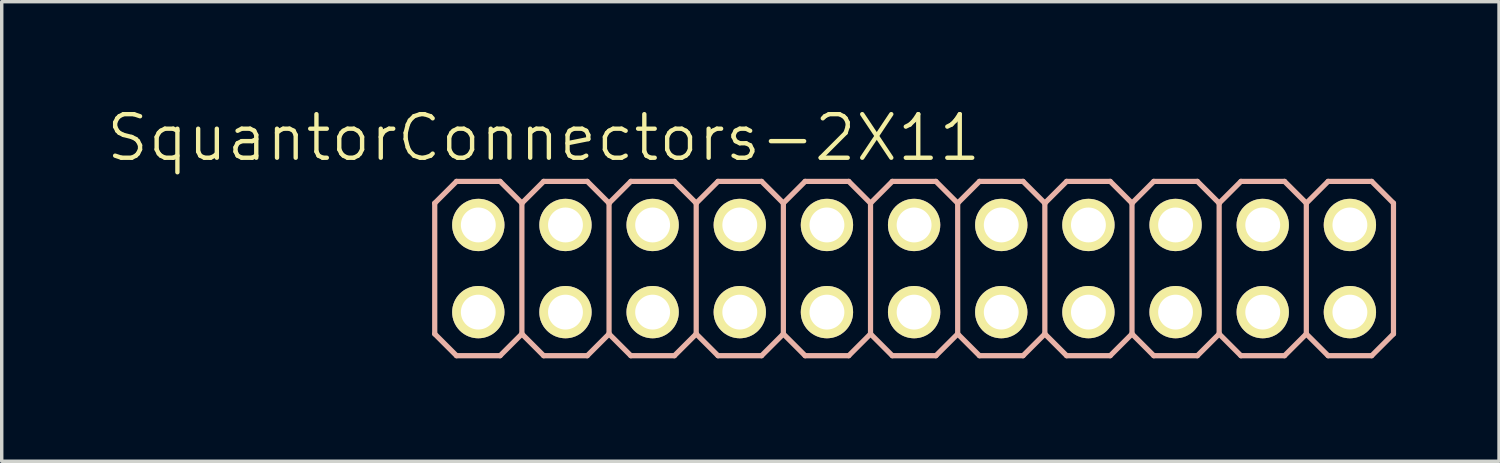
<source format=kicad_pcb>
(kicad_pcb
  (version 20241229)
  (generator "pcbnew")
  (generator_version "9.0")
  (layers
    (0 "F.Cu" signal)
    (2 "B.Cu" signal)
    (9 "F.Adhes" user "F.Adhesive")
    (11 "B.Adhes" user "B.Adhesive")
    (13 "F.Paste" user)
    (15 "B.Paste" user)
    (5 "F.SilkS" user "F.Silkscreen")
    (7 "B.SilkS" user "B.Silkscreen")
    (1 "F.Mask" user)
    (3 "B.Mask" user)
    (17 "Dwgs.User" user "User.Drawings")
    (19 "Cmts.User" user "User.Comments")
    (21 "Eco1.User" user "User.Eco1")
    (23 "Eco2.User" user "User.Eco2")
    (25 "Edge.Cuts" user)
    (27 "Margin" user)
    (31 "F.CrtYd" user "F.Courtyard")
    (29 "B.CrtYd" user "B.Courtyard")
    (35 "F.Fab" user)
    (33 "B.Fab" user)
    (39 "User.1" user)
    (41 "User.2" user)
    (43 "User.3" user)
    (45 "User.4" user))
  (footprint "SquantorConnectors-2X11"
    (layer "F.Cu")
    (at 23.589 4.776)
    (property "Reference" "SquantorConnectors-2X11" (at -10.795 -3.81 0) (layer "F.SilkS") (effects (font (size 1.27 1.27) (thickness 0.127))))
    (attr exclude_from_pos_files exclude_from_bom)
    (fp_line (start -12.954 -1.524) (end -12.446 -1.524) (stroke (width 0.066) (type solid)) (layer "F.SilkS"))
    (fp_line (start -12.954 -1.016) (end -12.954 -1.524) (stroke (width 0.066) (type solid)) (layer "F.SilkS"))
    (fp_line (start -12.954 -1.016) (end -12.446 -1.016) (stroke (width 0.066) (type solid)) (layer "F.SilkS"))
    (fp_line (start -12.954 1.016) (end -12.446 1.016) (stroke (width 0.066) (type solid)) (layer "F.SilkS"))
    (fp_line (start -12.954 1.524) (end -12.954 1.016) (stroke (width 0.066) (type solid)) (layer "F.SilkS"))
    (fp_line (start -12.954 1.524) (end -12.446 1.524) (stroke (width 0.066) (type solid)) (layer "F.SilkS"))
    (fp_line (start -12.446 -1.016) (end -12.446 -1.524) (stroke (width 0.066) (type solid)) (layer "F.SilkS"))
    (fp_line (start -12.446 1.524) (end -12.446 1.016) (stroke (width 0.066) (type solid)) (layer "F.SilkS"))
    (fp_line (start -10.414 -1.524) (end -9.906 -1.524) (stroke (width 0.066) (type solid)) (layer "F.SilkS"))
    (fp_line (start -10.414 -1.016) (end -10.414 -1.524) (stroke (width 0.066) (type solid)) (layer "F.SilkS"))
    (fp_line (start -10.414 -1.016) (end -9.906 -1.016) (stroke (width 0.066) (type solid)) (layer "F.SilkS"))
    (fp_line (start -10.414 1.016) (end -9.906 1.016) (stroke (width 0.066) (type solid)) (layer "F.SilkS"))
    (fp_line (start -10.414 1.524) (end -10.414 1.016) (stroke (width 0.066) (type solid)) (layer "F.SilkS"))
    (fp_line (start -10.414 1.524) (end -9.906 1.524) (stroke (width 0.066) (type solid)) (layer "F.SilkS"))
    (fp_line (start -9.906 -1.016) (end -9.906 -1.524) (stroke (width 0.066) (type solid)) (layer "F.SilkS"))
    (fp_line (start -9.906 1.524) (end -9.906 1.016) (stroke (width 0.066) (type solid)) (layer "F.SilkS"))
    (fp_line (start -7.874 -1.524) (end -7.366 -1.524) (stroke (width 0.066) (type solid)) (layer "F.SilkS"))
    (fp_line (start -7.874 -1.016) (end -7.874 -1.524) (stroke (width 0.066) (type solid)) (layer "F.SilkS"))
    (fp_line (start -7.874 -1.016) (end -7.366 -1.016) (stroke (width 0.066) (type solid)) (layer "F.SilkS"))
    (fp_line (start -7.874 1.016) (end -7.366 1.016) (stroke (width 0.066) (type solid)) (layer "F.SilkS"))
    (fp_line (start -7.874 1.524) (end -7.874 1.016) (stroke (width 0.066) (type solid)) (layer "F.SilkS"))
    (fp_line (start -7.874 1.524) (end -7.366 1.524) (stroke (width 0.066) (type solid)) (layer "F.SilkS"))
    (fp_line (start -7.366 -1.016) (end -7.366 -1.524) (stroke (width 0.066) (type solid)) (layer "F.SilkS"))
    (fp_line (start -7.366 1.524) (end -7.366 1.016) (stroke (width 0.066) (type solid)) (layer "F.SilkS"))
    (fp_line (start -5.334 -1.524) (end -4.826 -1.524) (stroke (width 0.066) (type solid)) (layer "F.SilkS"))
    (fp_line (start -5.334 -1.016) (end -5.334 -1.524) (stroke (width 0.066) (type solid)) (layer "F.SilkS"))
    (fp_line (start -5.334 -1.016) (end -4.826 -1.016) (stroke (width 0.066) (type solid)) (layer "F.SilkS"))
    (fp_line (start -5.334 1.016) (end -4.826 1.016) (stroke (width 0.066) (type solid)) (layer "F.SilkS"))
    (fp_line (start -5.334 1.524) (end -5.334 1.016) (stroke (width 0.066) (type solid)) (layer "F.SilkS"))
    (fp_line (start -5.334 1.524) (end -4.826 1.524) (stroke (width 0.066) (type solid)) (layer "F.SilkS"))
    (fp_line (start -4.826 -1.016) (end -4.826 -1.524) (stroke (width 0.066) (type solid)) (layer "F.SilkS"))
    (fp_line (start -4.826 1.524) (end -4.826 1.016) (stroke (width 0.066) (type solid)) (layer "F.SilkS"))
    (fp_line (start -2.794 -1.524) (end -2.286 -1.524) (stroke (width 0.066) (type solid)) (layer "F.SilkS"))
    (fp_line (start -2.794 -1.016) (end -2.794 -1.524) (stroke (width 0.066) (type solid)) (layer "F.SilkS"))
    (fp_line (start -2.794 -1.016) (end -2.286 -1.016) (stroke (width 0.066) (type solid)) (layer "F.SilkS"))
    (fp_line (start -2.794 1.016) (end -2.286 1.016) (stroke (width 0.066) (type solid)) (layer "F.SilkS"))
    (fp_line (start -2.794 1.524) (end -2.794 1.016) (stroke (width 0.066) (type solid)) (layer "F.SilkS"))
    (fp_line (start -2.794 1.524) (end -2.286 1.524) (stroke (width 0.066) (type solid)) (layer "F.SilkS"))
    (fp_line (start -2.286 -1.016) (end -2.286 -1.524) (stroke (width 0.066) (type solid)) (layer "F.SilkS"))
    (fp_line (start -2.286 1.524) (end -2.286 1.016) (stroke (width 0.066) (type solid)) (layer "F.SilkS"))
    (fp_line (start -0.254 -1.524) (end 0.254 -1.524) (stroke (width 0.066) (type solid)) (layer "F.SilkS"))
    (fp_line (start -0.254 -1.016) (end -0.254 -1.524) (stroke (width 0.066) (type solid)) (layer "F.SilkS"))
    (fp_line (start -0.254 -1.016) (end 0.254 -1.016) (stroke (width 0.066) (type solid)) (layer "F.SilkS"))
    (fp_line (start -0.254 1.016) (end 0.254 1.016) (stroke (width 0.066) (type solid)) (layer "F.SilkS"))
    (fp_line (start -0.254 1.524) (end -0.254 1.016) (stroke (width 0.066) (type solid)) (layer "F.SilkS"))
    (fp_line (start -0.254 1.524) (end 0.254 1.524) (stroke (width 0.066) (type solid)) (layer "F.SilkS"))
    (fp_line (start 0.254 -1.016) (end 0.254 -1.524) (stroke (width 0.066) (type solid)) (layer "F.SilkS"))
    (fp_line (start 0.254 1.524) (end 0.254 1.016) (stroke (width 0.066) (type solid)) (layer "F.SilkS"))
    (fp_line (start 2.286 -1.524) (end 2.794 -1.524) (stroke (width 0.066) (type solid)) (layer "F.SilkS"))
    (fp_line (start 2.286 -1.016) (end 2.286 -1.524) (stroke (width 0.066) (type solid)) (layer "F.SilkS"))
    (fp_line (start 2.286 -1.016) (end 2.794 -1.016) (stroke (width 0.066) (type solid)) (layer "F.SilkS"))
    (fp_line (start 2.286 1.016) (end 2.794 1.016) (stroke (width 0.066) (type solid)) (layer "F.SilkS"))
    (fp_line (start 2.286 1.524) (end 2.286 1.016) (stroke (width 0.066) (type solid)) (layer "F.SilkS"))
    (fp_line (start 2.286 1.524) (end 2.794 1.524) (stroke (width 0.066) (type solid)) (layer "F.SilkS"))
    (fp_line (start 2.794 -1.016) (end 2.794 -1.524) (stroke (width 0.066) (type solid)) (layer "F.SilkS"))
    (fp_line (start 2.794 1.524) (end 2.794 1.016) (stroke (width 0.066) (type solid)) (layer "F.SilkS"))
    (fp_line (start 4.826 -1.524) (end 5.334 -1.524) (stroke (width 0.066) (type solid)) (layer "F.SilkS"))
    (fp_line (start 4.826 -1.016) (end 4.826 -1.524) (stroke (width 0.066) (type solid)) (layer "F.SilkS"))
    (fp_line (start 4.826 -1.016) (end 5.334 -1.016) (stroke (width 0.066) (type solid)) (layer "F.SilkS"))
    (fp_line (start 4.826 1.016) (end 5.334 1.016) (stroke (width 0.066) (type solid)) (layer "F.SilkS"))
    (fp_line (start 4.826 1.524) (end 4.826 1.016) (stroke (width 0.066) (type solid)) (layer "F.SilkS"))
    (fp_line (start 4.826 1.524) (end 5.334 1.524) (stroke (width 0.066) (type solid)) (layer "F.SilkS"))
    (fp_line (start 5.334 -1.016) (end 5.334 -1.524) (stroke (width 0.066) (type solid)) (layer "F.SilkS"))
    (fp_line (start 5.334 1.524) (end 5.334 1.016) (stroke (width 0.066) (type solid)) (layer "F.SilkS"))
    (fp_line (start 7.366 -1.524) (end 7.874 -1.524) (stroke (width 0.066) (type solid)) (layer "F.SilkS"))
    (fp_line (start 7.366 -1.016) (end 7.366 -1.524) (stroke (width 0.066) (type solid)) (layer "F.SilkS"))
    (fp_line (start 7.366 -1.016) (end 7.874 -1.016) (stroke (width 0.066) (type solid)) (layer "F.SilkS"))
    (fp_line (start 7.366 1.016) (end 7.874 1.016) (stroke (width 0.066) (type solid)) (layer "F.SilkS"))
    (fp_line (start 7.366 1.524) (end 7.366 1.016) (stroke (width 0.066) (type solid)) (layer "F.SilkS"))
    (fp_line (start 7.366 1.524) (end 7.874 1.524) (stroke (width 0.066) (type solid)) (layer "F.SilkS"))
    (fp_line (start 7.874 -1.016) (end 7.874 -1.524) (stroke (width 0.066) (type solid)) (layer "F.SilkS"))
    (fp_line (start 7.874 1.524) (end 7.874 1.016) (stroke (width 0.066) (type solid)) (layer "F.SilkS"))
    (fp_line (start 9.906 -1.524) (end 10.414 -1.524) (stroke (width 0.066) (type solid)) (layer "F.SilkS"))
    (fp_line (start 9.906 -1.016) (end 9.906 -1.524) (stroke (width 0.066) (type solid)) (layer "F.SilkS"))
    (fp_line (start 9.906 -1.016) (end 10.414 -1.016) (stroke (width 0.066) (type solid)) (layer "F.SilkS"))
    (fp_line (start 9.906 1.016) (end 10.414 1.016) (stroke (width 0.066) (type solid)) (layer "F.SilkS"))
    (fp_line (start 9.906 1.524) (end 9.906 1.016) (stroke (width 0.066) (type solid)) (layer "F.SilkS"))
    (fp_line (start 9.906 1.524) (end 10.414 1.524) (stroke (width 0.066) (type solid)) (layer "F.SilkS"))
    (fp_line (start 10.414 -1.016) (end 10.414 -1.524) (stroke (width 0.066) (type solid)) (layer "F.SilkS"))
    (fp_line (start 10.414 1.524) (end 10.414 1.016) (stroke (width 0.066) (type solid)) (layer "F.SilkS"))
    (fp_line (start 12.446 -1.524) (end 12.954 -1.524) (stroke (width 0.066) (type solid)) (layer "F.SilkS"))
    (fp_line (start 12.446 -1.016) (end 12.446 -1.524) (stroke (width 0.066) (type solid)) (layer "F.SilkS"))
    (fp_line (start 12.446 -1.016) (end 12.954 -1.016) (stroke (width 0.066) (type solid)) (layer "F.SilkS"))
    (fp_line (start 12.446 1.016) (end 12.954 1.016) (stroke (width 0.066) (type solid)) (layer "F.SilkS"))
    (fp_line (start 12.446 1.524) (end 12.446 1.016) (stroke (width 0.066) (type solid)) (layer "F.SilkS"))
    (fp_line (start 12.446 1.524) (end 12.954 1.524) (stroke (width 0.066) (type solid)) (layer "F.SilkS"))
    (fp_line (start 12.954 -1.016) (end 12.954 -1.524) (stroke (width 0.066) (type solid)) (layer "F.SilkS"))
    (fp_line (start 12.954 1.524) (end 12.954 1.016) (stroke (width 0.066) (type solid)) (layer "F.SilkS"))
    (fp_line (start -13.97 -1.905) (end -13.335 -2.54) (stroke (width 0.152) (type solid)) (layer "B.SilkS"))
    (fp_line (start -13.97 1.905) (end -13.97 -1.905) (stroke (width 0.152) (type solid)) (layer "B.SilkS"))
    (fp_line (start -13.97 1.905) (end -13.335 2.54) (stroke (width 0.152) (type solid)) (layer "B.SilkS"))
    (fp_line (start -13.335 -2.54) (end -12.065 -2.54) (stroke (width 0.152) (type solid)) (layer "B.SilkS"))
    (fp_line (start -13.335 2.54) (end -12.065 2.54) (stroke (width 0.152) (type solid)) (layer "B.SilkS"))
    (fp_line (start -12.065 -2.54) (end -11.43 -1.905) (stroke (width 0.152) (type solid)) (layer "B.SilkS"))
    (fp_line (start -12.065 2.54) (end -11.43 1.905) (stroke (width 0.152) (type solid)) (layer "B.SilkS"))
    (fp_line (start -11.43 -1.905) (end -11.43 1.905) (stroke (width 0.152) (type solid)) (layer "B.SilkS"))
    (fp_line (start -11.43 -1.905) (end -10.795 -2.54) (stroke (width 0.152) (type solid)) (layer "B.SilkS"))
    (fp_line (start -11.43 1.905) (end -10.795 2.54) (stroke (width 0.152) (type solid)) (layer "B.SilkS"))
    (fp_line (start -10.795 -2.54) (end -9.525 -2.54) (stroke (width 0.152) (type solid)) (layer "B.SilkS"))
    (fp_line (start -10.795 2.54) (end -9.525 2.54) (stroke (width 0.152) (type solid)) (layer "B.SilkS"))
    (fp_line (start -9.525 -2.54) (end -8.89 -1.905) (stroke (width 0.152) (type solid)) (layer "B.SilkS"))
    (fp_line (start -9.525 2.54) (end -8.89 1.905) (stroke (width 0.152) (type solid)) (layer "B.SilkS"))
    (fp_line (start -8.89 -1.905) (end -8.89 1.905) (stroke (width 0.152) (type solid)) (layer "B.SilkS"))
    (fp_line (start -8.89 -1.905) (end -8.255 -2.54) (stroke (width 0.152) (type solid)) (layer "B.SilkS"))
    (fp_line (start -8.89 1.905) (end -8.255 2.54) (stroke (width 0.152) (type solid)) (layer "B.SilkS"))
    (fp_line (start -8.255 -2.54) (end -6.985 -2.54) (stroke (width 0.152) (type solid)) (layer "B.SilkS"))
    (fp_line (start -8.255 2.54) (end -6.985 2.54) (stroke (width 0.152) (type solid)) (layer "B.SilkS"))
    (fp_line (start -6.985 -2.54) (end -6.35 -1.905) (stroke (width 0.152) (type solid)) (layer "B.SilkS"))
    (fp_line (start -6.985 2.54) (end -6.35 1.905) (stroke (width 0.152) (type solid)) (layer "B.SilkS"))
    (fp_line (start -6.35 -1.905) (end -6.35 1.905) (stroke (width 0.152) (type solid)) (layer "B.SilkS"))
    (fp_line (start -6.35 -1.905) (end -5.715 -2.54) (stroke (width 0.152) (type solid)) (layer "B.SilkS"))
    (fp_line (start -6.35 1.905) (end -5.715 2.54) (stroke (width 0.152) (type solid)) (layer "B.SilkS"))
    (fp_line (start -5.715 -2.54) (end -4.445 -2.54) (stroke (width 0.152) (type solid)) (layer "B.SilkS"))
    (fp_line (start -5.715 2.54) (end -4.445 2.54) (stroke (width 0.152) (type solid)) (layer "B.SilkS"))
    (fp_line (start -4.445 -2.54) (end -3.81 -1.905) (stroke (width 0.152) (type solid)) (layer "B.SilkS"))
    (fp_line (start -4.445 2.54) (end -3.81 1.905) (stroke (width 0.152) (type solid)) (layer "B.SilkS"))
    (fp_line (start -3.81 -1.905) (end -3.81 1.905) (stroke (width 0.152) (type solid)) (layer "B.SilkS"))
    (fp_line (start -3.81 -1.905) (end -3.175 -2.54) (stroke (width 0.152) (type solid)) (layer "B.SilkS"))
    (fp_line (start -3.81 1.905) (end -3.175 2.54) (stroke (width 0.152) (type solid)) (layer "B.SilkS"))
    (fp_line (start -3.175 -2.54) (end -1.905 -2.54) (stroke (width 0.152) (type solid)) (layer "B.SilkS"))
    (fp_line (start -3.175 2.54) (end -1.905 2.54) (stroke (width 0.152) (type solid)) (layer "B.SilkS"))
    (fp_line (start -1.905 -2.54) (end -1.27 -1.905) (stroke (width 0.152) (type solid)) (layer "B.SilkS"))
    (fp_line (start -1.905 2.54) (end -1.27 1.905) (stroke (width 0.152) (type solid)) (layer "B.SilkS"))
    (fp_line (start -1.27 -1.905) (end -1.27 1.905) (stroke (width 0.152) (type solid)) (layer "B.SilkS"))
    (fp_line (start -1.27 -1.905) (end -0.635 -2.54) (stroke (width 0.152) (type solid)) (layer "B.SilkS"))
    (fp_line (start -1.27 1.905) (end -0.635 2.54) (stroke (width 0.152) (type solid)) (layer "B.SilkS"))
    (fp_line (start -0.635 -2.54) (end 0.635 -2.54) (stroke (width 0.152) (type solid)) (layer "B.SilkS"))
    (fp_line (start -0.635 2.54) (end 0.635 2.54) (stroke (width 0.152) (type solid)) (layer "B.SilkS"))
    (fp_line (start 0.635 -2.54) (end 1.27 -1.905) (stroke (width 0.152) (type solid)) (layer "B.SilkS"))
    (fp_line (start 0.635 2.54) (end 1.27 1.905) (stroke (width 0.152) (type solid)) (layer "B.SilkS"))
    (fp_line (start 1.27 -1.905) (end 1.27 1.905) (stroke (width 0.152) (type solid)) (layer "B.SilkS"))
    (fp_line (start 1.27 -1.905) (end 1.905 -2.54) (stroke (width 0.152) (type solid)) (layer "B.SilkS"))
    (fp_line (start 1.27 1.905) (end 1.905 2.54) (stroke (width 0.152) (type solid)) (layer "B.SilkS"))
    (fp_line (start 1.905 -2.54) (end 3.175 -2.54) (stroke (width 0.152) (type solid)) (layer "B.SilkS"))
    (fp_line (start 3.175 -2.54) (end 3.81 -1.905) (stroke (width 0.152) (type solid)) (layer "B.SilkS"))
    (fp_line (start 3.175 2.54) (end 1.905 2.54) (stroke (width 0.152) (type solid)) (layer "B.SilkS"))
    (fp_line (start 3.81 -1.905) (end 3.81 1.905) (stroke (width 0.152) (type solid)) (layer "B.SilkS"))
    (fp_line (start 3.81 -1.905) (end 4.445 -2.54) (stroke (width 0.152) (type solid)) (layer "B.SilkS"))
    (fp_line (start 3.81 1.905) (end 3.175 2.54) (stroke (width 0.152) (type solid)) (layer "B.SilkS"))
    (fp_line (start 3.81 1.905) (end 4.445 2.54) (stroke (width 0.152) (type solid)) (layer "B.SilkS"))
    (fp_line (start 4.445 -2.54) (end 5.715 -2.54) (stroke (width 0.152) (type solid)) (layer "B.SilkS"))
    (fp_line (start 5.715 -2.54) (end 6.35 -1.905) (stroke (width 0.152) (type solid)) (layer "B.SilkS"))
    (fp_line (start 5.715 2.54) (end 4.445 2.54) (stroke (width 0.152) (type solid)) (layer "B.SilkS"))
    (fp_line (start 6.35 -1.905) (end 6.35 1.905) (stroke (width 0.152) (type solid)) (layer "B.SilkS"))
    (fp_line (start 6.35 -1.905) (end 6.985 -2.54) (stroke (width 0.152) (type solid)) (layer "B.SilkS"))
    (fp_line (start 6.35 1.905) (end 5.715 2.54) (stroke (width 0.152) (type solid)) (layer "B.SilkS"))
    (fp_line (start 6.35 1.905) (end 6.985 2.54) (stroke (width 0.152) (type solid)) (layer "B.SilkS"))
    (fp_line (start 6.985 -2.54) (end 8.255 -2.54) (stroke (width 0.152) (type solid)) (layer "B.SilkS"))
    (fp_line (start 8.255 -2.54) (end 8.89 -1.905) (stroke (width 0.152) (type solid)) (layer "B.SilkS"))
    (fp_line (start 8.255 2.54) (end 6.985 2.54) (stroke (width 0.152) (type solid)) (layer "B.SilkS"))
    (fp_line (start 8.89 -1.905) (end 8.89 1.905) (stroke (width 0.152) (type solid)) (layer "B.SilkS"))
    (fp_line (start 8.89 -1.905) (end 9.525 -2.54) (stroke (width 0.152) (type solid)) (layer "B.SilkS"))
    (fp_line (start 8.89 1.905) (end 8.255 2.54) (stroke (width 0.152) (type solid)) (layer "B.SilkS"))
    (fp_line (start 8.89 1.905) (end 9.525 2.54) (stroke (width 0.152) (type solid)) (layer "B.SilkS"))
    (fp_line (start 9.525 -2.54) (end 10.795 -2.54) (stroke (width 0.152) (type solid)) (layer "B.SilkS"))
    (fp_line (start 10.795 -2.54) (end 11.43 -1.905) (stroke (width 0.152) (type solid)) (layer "B.SilkS"))
    (fp_line (start 10.795 2.54) (end 9.525 2.54) (stroke (width 0.152) (type solid)) (layer "B.SilkS"))
    (fp_line (start 11.43 -1.905) (end 11.43 1.905) (stroke (width 0.152) (type solid)) (layer "B.SilkS"))
    (fp_line (start 11.43 -1.905) (end 12.065 -2.54) (stroke (width 0.152) (type solid)) (layer "B.SilkS"))
    (fp_line (start 11.43 1.905) (end 10.795 2.54) (stroke (width 0.152) (type solid)) (layer "B.SilkS"))
    (fp_line (start 11.43 1.905) (end 12.065 2.54) (stroke (width 0.152) (type solid)) (layer "B.SilkS"))
    (fp_line (start 12.065 -2.54) (end 13.335 -2.54) (stroke (width 0.152) (type solid)) (layer "B.SilkS"))
    (fp_line (start 13.335 -2.54) (end 13.97 -1.905) (stroke (width 0.152) (type solid)) (layer "B.SilkS"))
    (fp_line (start 13.335 2.54) (end 12.065 2.54) (stroke (width 0.152) (type solid)) (layer "B.SilkS"))
    (fp_line (start 13.97 -1.905) (end 13.97 1.905) (stroke (width 0.152) (type solid)) (layer "B.SilkS"))
    (fp_line (start 13.97 1.905) (end 13.335 2.54) (stroke (width 0.152) (type solid)) (layer "B.SilkS"))
    (pad "1" thru_hole circle (at -12.7 1.27) (size 1.524 1.524) (drill 1.016) (layers "*.Cu" "F.Mask" "F.SilkS" "F.Paste"))
    (pad "2" thru_hole circle (at -12.7 -1.27) (size 1.524 1.524) (drill 1.016) (layers "*.Cu" "F.Mask" "F.SilkS" "F.Paste"))
    (pad "3" thru_hole circle (at -10.16 1.27) (size 1.524 1.524) (drill 1.016) (layers "*.Cu" "F.Mask" "F.SilkS" "F.Paste"))
    (pad "4" thru_hole circle (at -10.16 -1.27) (size 1.524 1.524) (drill 1.016) (layers "*.Cu" "F.Mask" "F.SilkS" "F.Paste"))
    (pad "5" thru_hole circle (at -7.62 1.27) (size 1.524 1.524) (drill 1.016) (layers "*.Cu" "F.Mask" "F.SilkS" "F.Paste"))
    (pad "6" thru_hole circle (at -7.62 -1.27) (size 1.524 1.524) (drill 1.016) (layers "*.Cu" "F.Mask" "F.SilkS" "F.Paste"))
    (pad "7" thru_hole circle (at -5.08 1.27) (size 1.524 1.524) (drill 1.016) (layers "*.Cu" "F.Mask" "F.SilkS" "F.Paste"))
    (pad "8" thru_hole circle (at -5.08 -1.27) (size 1.524 1.524) (drill 1.016) (layers "*.Cu" "F.Mask" "F.SilkS" "F.Paste"))
    (pad "9" thru_hole circle (at -2.54 1.27) (size 1.524 1.524) (drill 1.016) (layers "*.Cu" "F.Mask" "F.SilkS" "F.Paste"))
    (pad "10" thru_hole circle (at -2.54 -1.27) (size 1.524 1.524) (drill 1.016) (layers "*.Cu" "F.Mask" "F.SilkS" "F.Paste"))
    (pad "11" thru_hole circle (at 0 1.27) (size 1.524 1.524) (drill 1.016) (layers "*.Cu" "F.Mask" "F.SilkS" "F.Paste"))
    (pad "12" thru_hole circle (at 0 -1.27) (size 1.524 1.524) (drill 1.016) (layers "*.Cu" "F.Mask" "F.SilkS" "F.Paste"))
    (pad "13" thru_hole circle (at 2.54 1.27) (size 1.524 1.524) (drill 1.016) (layers "*.Cu" "F.Mask" "F.SilkS" "F.Paste"))
    (pad "14" thru_hole circle (at 2.54 -1.27) (size 1.524 1.524) (drill 1.016) (layers "*.Cu" "F.Mask" "F.SilkS" "F.Paste"))
    (pad "15" thru_hole circle (at 5.08 1.27) (size 1.524 1.524) (drill 1.016) (layers "*.Cu" "F.Mask" "F.SilkS" "F.Paste"))
    (pad "16" thru_hole circle (at 5.08 -1.27) (size 1.524 1.524) (drill 1.016) (layers "*.Cu" "F.Mask" "F.SilkS" "F.Paste"))
    (pad "17" thru_hole circle (at 7.62 1.27) (size 1.524 1.524) (drill 1.016) (layers "*.Cu" "F.Mask" "F.SilkS" "F.Paste"))
    (pad "18" thru_hole circle (at 7.62 -1.27) (size 1.524 1.524) (drill 1.016) (layers "*.Cu" "F.Mask" "F.SilkS" "F.Paste"))
    (pad "19" thru_hole circle (at 10.16 1.27) (size 1.524 1.524) (drill 1.016) (layers "*.Cu" "F.Mask" "F.SilkS" "F.Paste"))
    (pad "20" thru_hole circle (at 10.16 -1.27) (size 1.524 1.524) (drill 1.016) (layers "*.Cu" "F.Mask" "F.SilkS" "F.Paste"))
    (pad "21" thru_hole circle (at 12.7 1.27) (size 1.524 1.524) (drill 1.016) (layers "*.Cu" "F.Mask" "F.SilkS" "F.Paste"))
    (pad "22" thru_hole circle (at 12.7 -1.27) (size 1.524 1.524) (drill 1.016) (layers "*.Cu" "F.Mask" "F.SilkS" "F.Paste")))
  (gr_rect
    (start -3 -3)
    (end 40.635 10.392)
    (stroke (width 0.1) (type default))
    (fill no)
    (layer "Edge.Cuts")))
</source>
